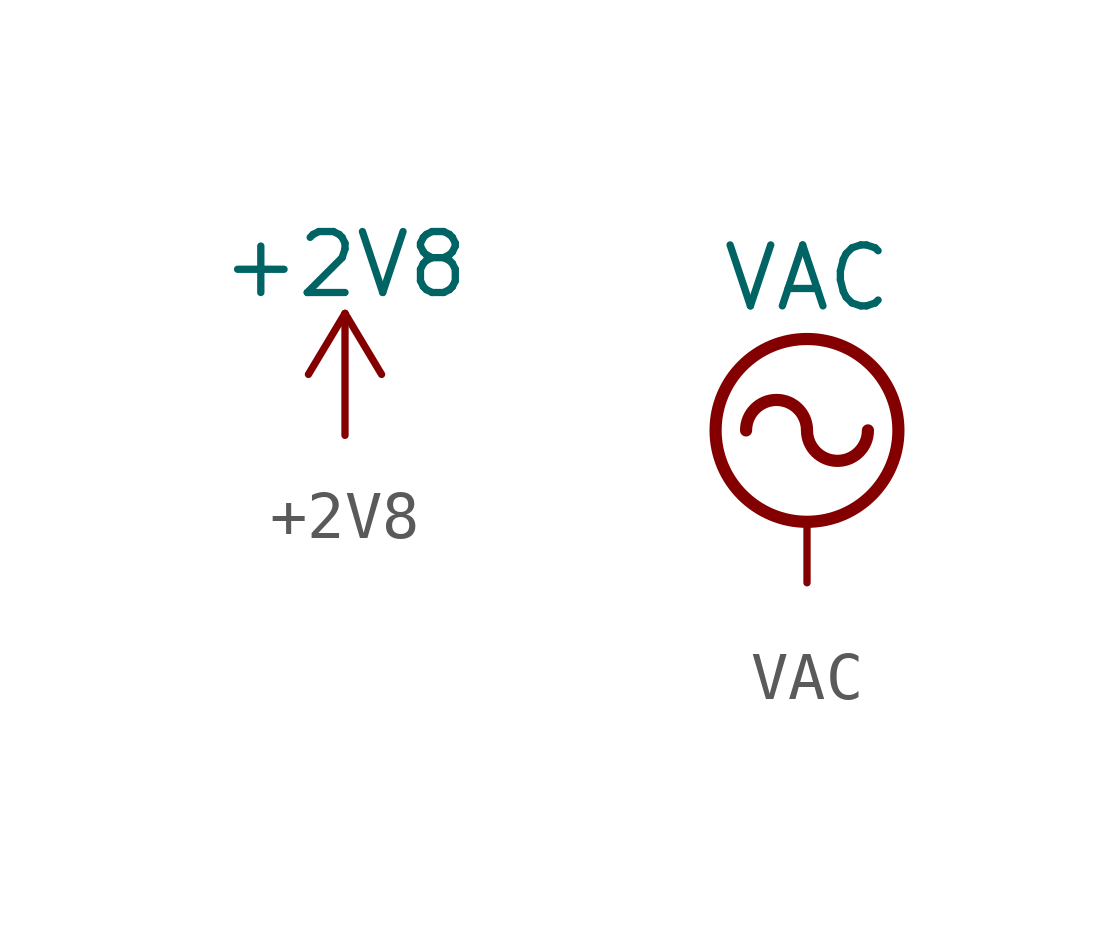
<source format=kicad_sym>
(kicad_symbol_lib
  (version 20211014)
  (generator kicad_symbol_editor)
  (symbol "+2V8"
    (power)
    (pin_names
      (offset 0))
    (property "Reference" "#PWR"
      (at 0 -3.81 0)
      (effects (font (size 1.27 1.27)) hide))
    (property "Value" "+2V8"
      (at 0 3.556 0)
      (effects (font (size 1.27 1.27))))
    (symbol "+2V8_0_1"
      (polyline (pts (xy -0.762 1.27) (xy 0 2.54)) (stroke (width 0) (type default) (color 0 0 0 0)) (fill (type none)))
      (polyline (pts (xy 0 0) (xy 0 2.54)) (stroke (width 0) (type default) (color 0 0 0 0)) (fill (type none)))
      (polyline (pts (xy 0 2.54) (xy 0.762 1.27)) (stroke (width 0) (type default) (color 0 0 0 0)) (fill (type none))))
    (symbol "+2V8_1_1"
      (pin power_in line (at 0 0 90) (length 0) hide (name "+2V8" (effects (font (size 1.27 1.27)))) (number "1" (effects (font (size 1.27 1.27)))))))
  (symbol "VAC"
    (power)
    (pin_names
      (offset 0))
    (property "Reference" "#PWR"
      (at 0 -2.54 0)
      (effects (font (size 1.27 1.27)) hide))
    (property "Value" "VAC"
      (at 0 6.35 0)
      (effects (font (size 1.27 1.27))))
    (symbol "VAC_0_1"
      (polyline (pts (xy 0 0) (xy 0 1.27)) (stroke (width 0) (type default) (color 0 0 0 0)) (fill (type none)))
      (arc (start 0 3.175) (mid -0.635 3.81) (end -1.27 3.175) (stroke (width 0.254) (type default) (color 0 0 0 0)) (fill (type none)))
      (arc (start 0 3.175) (mid 0.635 2.54) (end 1.27 3.175) (stroke (width 0.254) (type default) (color 0 0 0 0)) (fill (type none)))
      (circle (center 0 3.175) (radius 1.905) (stroke (width 0.254) (type default) (color 0 0 0 0)) (fill (type none))))
    (symbol "VAC_1_1"
      (pin power_in line (at 0 0 90) (length 0) hide (name "VAC" (effects (font (size 1.27 1.27)))) (number "1" (effects (font (size 1.27 1.27))))))))
</source>
